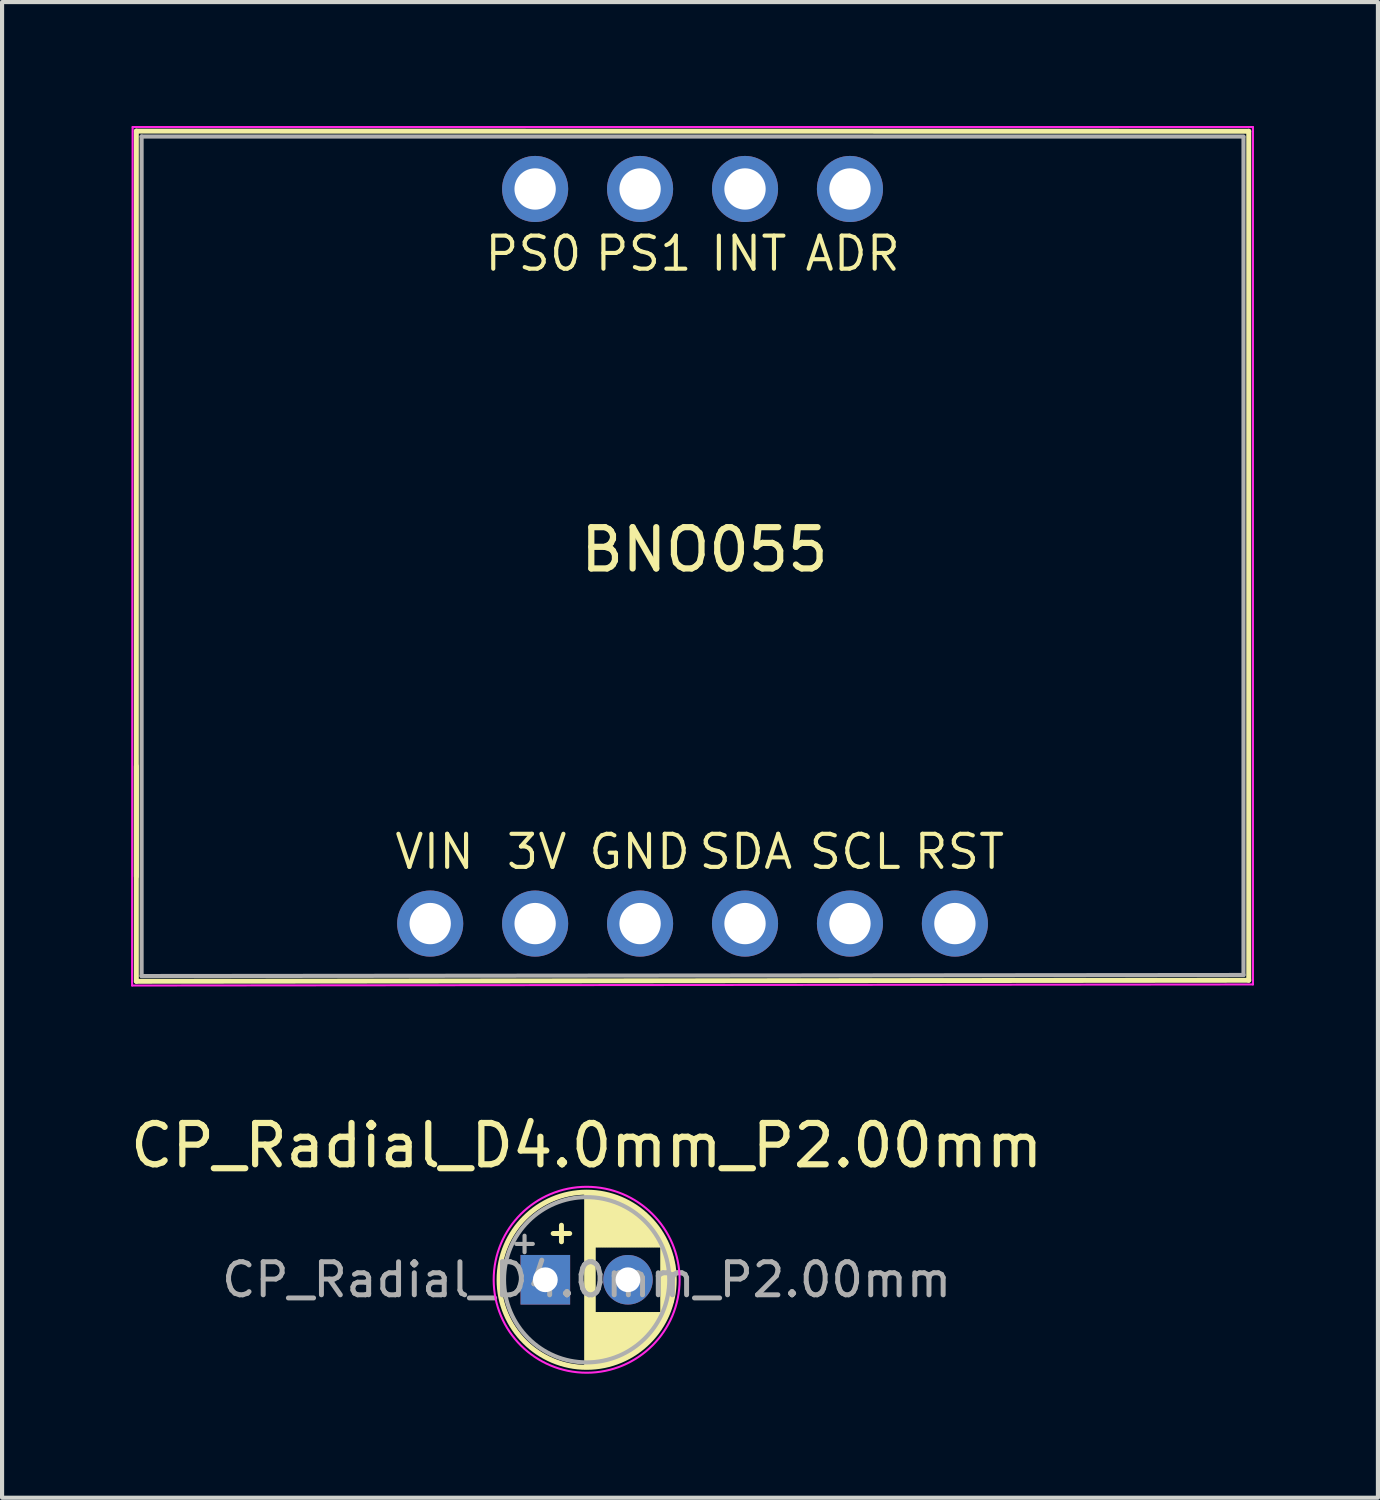
<source format=kicad_pcb>
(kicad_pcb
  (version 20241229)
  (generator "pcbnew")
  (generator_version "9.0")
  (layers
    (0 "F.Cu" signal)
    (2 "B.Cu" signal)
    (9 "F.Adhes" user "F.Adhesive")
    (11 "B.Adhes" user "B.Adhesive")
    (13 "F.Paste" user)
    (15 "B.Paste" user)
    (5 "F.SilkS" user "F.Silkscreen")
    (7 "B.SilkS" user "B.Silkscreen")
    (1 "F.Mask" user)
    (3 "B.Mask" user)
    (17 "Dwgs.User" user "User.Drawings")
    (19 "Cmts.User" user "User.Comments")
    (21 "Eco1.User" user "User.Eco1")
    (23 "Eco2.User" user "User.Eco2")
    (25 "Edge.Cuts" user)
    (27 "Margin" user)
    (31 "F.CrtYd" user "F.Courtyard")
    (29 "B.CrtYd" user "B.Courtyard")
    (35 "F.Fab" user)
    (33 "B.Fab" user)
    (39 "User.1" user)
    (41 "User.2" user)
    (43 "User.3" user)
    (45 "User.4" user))
  (footprint "BNO055"
    (layer "F.Cu")
    (at 0.25 0.254)
    (property "Reference" "BNO055" (at 13.75 10 180) (layer "F.SilkS") (effects (font (size 1 1) (thickness 0.15))))
    (attr through_hole)
    (fp_line (start 0 -0.13) (end 0 17.91) (stroke (width 0.12) (type solid)) (layer "F.SilkS"))
    (fp_line (start 0 15.24) (end 0 20.447) (stroke (width 0.12) (type solid)) (layer "F.SilkS"))
    (fp_line (start 0 20.447) (end 26.924 20.422) (stroke (width 0.12) (type solid)) (layer "F.SilkS"))
    (fp_line (start 26.924 -0.127) (end 0 -0.13) (stroke (width 0.12) (type solid)) (layer "F.SilkS"))
    (fp_line (start 26.924 20.422) (end 26.924 -0.127) (stroke (width 0.12) (type solid)) (layer "F.SilkS"))
    (fp_line (start -0.102 20.549) (end -0.09 -0.229) (stroke (width 0.05) (type solid)) (layer "F.CrtYd"))
    (fp_line (start -0.102 20.549) (end 27.026 20.523) (stroke (width 0.05) (type solid)) (layer "F.CrtYd"))
    (fp_line (start 27.026 -0.229) (end -0.09 -0.229) (stroke (width 0.05) (type solid)) (layer "F.CrtYd"))
    (fp_line (start 27.026 -0.229) (end 27.026 20.523) (stroke (width 0.05) (type solid)) (layer "F.CrtYd"))
    (fp_line (start 0.127 0) (end 26.797 0) (stroke (width 0.1) (type solid)) (layer "F.Fab"))
    (fp_line (start 0.127 20.32) (end 0.127 0) (stroke (width 0.1) (type solid)) (layer "F.Fab"))
    (fp_line (start 26.797 0.019) (end 26.797 20.295) (stroke (width 0.1) (type solid)) (layer "F.Fab"))
    (fp_line (start 26.797 20.295) (end 0.127 20.32) (stroke (width 0.1) (type solid)) (layer "F.Fab"))
    (fp_text user "PS1" (at 11.049 3.302 0) (unlocked yes) (layer "F.SilkS") (effects (font (size 0.8 0.8) (thickness 0.1)) (justify left bottom)))
    (fp_text user "ADR" (at 16.129 3.302 0) (unlocked yes) (layer "F.SilkS") (effects (font (size 0.8 0.8) (thickness 0.1)) (justify left bottom)))
    (fp_text user "SDA" (at 13.564 17.78 0) (unlocked yes) (layer "F.SilkS") (effects (font (size 0.8 0.8) (thickness 0.1)) (justify left bottom)))
    (fp_text user "SCL" (at 16.229 17.78 0) (unlocked yes) (layer "F.SilkS") (effects (font (size 0.8 0.8) (thickness 0.1)) (justify left bottom)))
    (fp_text user "INT" (at 13.843 3.302 0) (unlocked yes) (layer "F.SilkS") (effects (font (size 0.8 0.8) (thickness 0.1)) (justify left bottom)))
    (fp_text user "VIN" (at 6.2 17.78 0) (unlocked yes) (layer "F.SilkS") (effects (font (size 0.8 0.8) (thickness 0.1)) (justify left bottom)))
    (fp_text user "GND" (at 10.895 17.78 0) (unlocked yes) (layer "F.SilkS") (effects (font (size 0.8 0.8) (thickness 0.1)) (justify left bottom)))
    (fp_text user "3V" (at 8.9 17.78 0) (unlocked yes) (layer "F.SilkS") (effects (font (size 0.8 0.8) (thickness 0.1)) (justify left bottom)))
    (fp_text user "PS0" (at 8.382 3.302 0) (unlocked yes) (layer "F.SilkS") (effects (font (size 0.8 0.8) (thickness 0.1)) (justify left bottom)))
    (fp_text user "RST" (at 18.769 17.78 0) (unlocked yes) (layer "F.SilkS") (effects (font (size 0.8 0.8) (thickness 0.1)) (justify left bottom)))
    (pad "2" thru_hole oval (at 12.192 19.05 90) (size 1.6 1.6) (drill 1) (layers "*.Cu" "*.Mask"))
    (pad "3" thru_hole oval (at 7.112 19.05 90) (size 1.6 1.6) (drill 1) (layers "*.Cu" "*.Mask"))
    (pad "4" thru_hole oval (at 9.652 19.05 90) (size 1.6 1.6) (drill 1) (layers "*.Cu" "*.Mask"))
    (pad "5" thru_hole oval (at 12.192 1.27 90) (size 1.6 1.6) (drill 1) (layers "*.Cu" "*.Mask"))
    (pad "6" thru_hole oval (at 9.652 1.27 90) (size 1.6 1.6) (drill 1) (layers "*.Cu" "*.Mask"))
    (pad "11" thru_hole oval (at 19.812 19.05 90) (size 1.6 1.6) (drill 1) (layers "*.Cu" "*.Mask"))
    (pad "14" thru_hole oval (at 14.732 1.27 90) (size 1.6 1.6) (drill 1) (layers "*.Cu" "*.Mask"))
    (pad "17" thru_hole oval (at 17.272 1.27 90) (size 1.6 1.6) (drill 1) (layers "*.Cu" "*.Mask"))
    (pad "19" thru_hole oval (at 17.272 19.05 90) (size 1.6 1.6) (drill 1) (layers "*.Cu" "*.Mask"))
    (pad "20" thru_hole oval (at 14.732 19.05 90) (size 1.6 1.6) (drill 1) (layers "*.Cu" "*.Mask")))
  (footprint "CP_Radial_D4.0mm_P2.00mm"
    (layer "F.Cu")
    (at 10.149 27.925)
    (property "Reference" "CP_Radial_D4.0mm_P2.00mm" (at 1 -3.25 0) (layer "F.SilkS") (effects (font (size 1 1) (thickness 0.15))))
    (attr through_hole)
    (fp_line (start 0.19 -1.12) (end 0.59 -1.12) (stroke (width 0.12) (type solid)) (layer "F.SilkS"))
    (fp_line (start 0.39 -1.32) (end 0.39 -0.92) (stroke (width 0.12) (type solid)) (layer "F.SilkS"))
    (fp_line (start 1 -2.08) (end 1 2.08) (stroke (width 0.12) (type solid)) (layer "F.SilkS"))
    (fp_line (start 1.04 -2.08) (end 1.04 2.08) (stroke (width 0.12) (type solid)) (layer "F.SilkS"))
    (fp_line (start 1.08 -2.079) (end 1.08 2.079) (stroke (width 0.12) (type solid)) (layer "F.SilkS"))
    (fp_line (start 1.12 -2.077) (end 1.12 2.077) (stroke (width 0.12) (type solid)) (layer "F.SilkS"))
    (fp_line (start 1.16 -2.074) (end 1.16 2.074) (stroke (width 0.12) (type solid)) (layer "F.SilkS"))
    (fp_line (start 1.2 -2.071) (end 1.2 -0.84) (stroke (width 0.12) (type solid)) (layer "F.SilkS"))
    (fp_line (start 1.2 0.84) (end 1.2 2.071) (stroke (width 0.12) (type solid)) (layer "F.SilkS"))
    (fp_line (start 1.24 -2.067) (end 1.24 -0.84) (stroke (width 0.12) (type solid)) (layer "F.SilkS"))
    (fp_line (start 1.24 0.84) (end 1.24 2.067) (stroke (width 0.12) (type solid)) (layer "F.SilkS"))
    (fp_line (start 1.28 -2.062) (end 1.28 -0.84) (stroke (width 0.12) (type solid)) (layer "F.SilkS"))
    (fp_line (start 1.28 0.84) (end 1.28 2.062) (stroke (width 0.12) (type solid)) (layer "F.SilkS"))
    (fp_line (start 1.32 -2.056) (end 1.32 -0.84) (stroke (width 0.12) (type solid)) (layer "F.SilkS"))
    (fp_line (start 1.32 0.84) (end 1.32 2.056) (stroke (width 0.12) (type solid)) (layer "F.SilkS"))
    (fp_line (start 1.36 -2.05) (end 1.36 -0.84) (stroke (width 0.12) (type solid)) (layer "F.SilkS"))
    (fp_line (start 1.36 0.84) (end 1.36 2.05) (stroke (width 0.12) (type solid)) (layer "F.SilkS"))
    (fp_line (start 1.4 -2.042) (end 1.4 -0.84) (stroke (width 0.12) (type solid)) (layer "F.SilkS"))
    (fp_line (start 1.4 0.84) (end 1.4 2.042) (stroke (width 0.12) (type solid)) (layer "F.SilkS"))
    (fp_line (start 1.44 -2.034) (end 1.44 -0.84) (stroke (width 0.12) (type solid)) (layer "F.SilkS"))
    (fp_line (start 1.44 0.84) (end 1.44 2.034) (stroke (width 0.12) (type solid)) (layer "F.SilkS"))
    (fp_line (start 1.48 -2.025) (end 1.48 -0.84) (stroke (width 0.12) (type solid)) (layer "F.SilkS"))
    (fp_line (start 1.48 0.84) (end 1.48 2.025) (stroke (width 0.12) (type solid)) (layer "F.SilkS"))
    (fp_line (start 1.52 -2.016) (end 1.52 -0.84) (stroke (width 0.12) (type solid)) (layer "F.SilkS"))
    (fp_line (start 1.52 0.84) (end 1.52 2.016) (stroke (width 0.12) (type solid)) (layer "F.SilkS"))
    (fp_line (start 1.56 -2.005) (end 1.56 -0.84) (stroke (width 0.12) (type solid)) (layer "F.SilkS"))
    (fp_line (start 1.56 0.84) (end 1.56 2.005) (stroke (width 0.12) (type solid)) (layer "F.SilkS"))
    (fp_line (start 1.6 -1.994) (end 1.6 -0.84) (stroke (width 0.12) (type solid)) (layer "F.SilkS"))
    (fp_line (start 1.6 0.84) (end 1.6 1.994) (stroke (width 0.12) (type solid)) (layer "F.SilkS"))
    (fp_line (start 1.64 -1.982) (end 1.64 -0.84) (stroke (width 0.12) (type solid)) (layer "F.SilkS"))
    (fp_line (start 1.64 0.84) (end 1.64 1.982) (stroke (width 0.12) (type solid)) (layer "F.SilkS"))
    (fp_line (start 1.68 -1.968) (end 1.68 -0.84) (stroke (width 0.12) (type solid)) (layer "F.SilkS"))
    (fp_line (start 1.68 0.84) (end 1.68 1.968) (stroke (width 0.12) (type solid)) (layer "F.SilkS"))
    (fp_line (start 1.721 -1.954) (end 1.721 -0.84) (stroke (width 0.12) (type solid)) (layer "F.SilkS"))
    (fp_line (start 1.721 0.84) (end 1.721 1.954) (stroke (width 0.12) (type solid)) (layer "F.SilkS"))
    (fp_line (start 1.761 -1.94) (end 1.761 -0.84) (stroke (width 0.12) (type solid)) (layer "F.SilkS"))
    (fp_line (start 1.761 0.84) (end 1.761 1.94) (stroke (width 0.12) (type solid)) (layer "F.SilkS"))
    (fp_line (start 1.801 -1.924) (end 1.801 -0.84) (stroke (width 0.12) (type solid)) (layer "F.SilkS"))
    (fp_line (start 1.801 0.84) (end 1.801 1.924) (stroke (width 0.12) (type solid)) (layer "F.SilkS"))
    (fp_line (start 1.841 -1.907) (end 1.841 -0.84) (stroke (width 0.12) (type solid)) (layer "F.SilkS"))
    (fp_line (start 1.841 0.84) (end 1.841 1.907) (stroke (width 0.12) (type solid)) (layer "F.SilkS"))
    (fp_line (start 1.881 -1.889) (end 1.881 -0.84) (stroke (width 0.12) (type solid)) (layer "F.SilkS"))
    (fp_line (start 1.881 0.84) (end 1.881 1.889) (stroke (width 0.12) (type solid)) (layer "F.SilkS"))
    (fp_line (start 1.921 -1.87) (end 1.921 -0.84) (stroke (width 0.12) (type solid)) (layer "F.SilkS"))
    (fp_line (start 1.921 0.84) (end 1.921 1.87) (stroke (width 0.12) (type solid)) (layer "F.SilkS"))
    (fp_line (start 1.961 -1.851) (end 1.961 -0.84) (stroke (width 0.12) (type solid)) (layer "F.SilkS"))
    (fp_line (start 1.961 0.84) (end 1.961 1.851) (stroke (width 0.12) (type solid)) (layer "F.SilkS"))
    (fp_line (start 2.001 -1.83) (end 2.001 -0.84) (stroke (width 0.12) (type solid)) (layer "F.SilkS"))
    (fp_line (start 2.001 0.84) (end 2.001 1.83) (stroke (width 0.12) (type solid)) (layer "F.SilkS"))
    (fp_line (start 2.041 -1.808) (end 2.041 -0.84) (stroke (width 0.12) (type solid)) (layer "F.SilkS"))
    (fp_line (start 2.041 0.84) (end 2.041 1.808) (stroke (width 0.12) (type solid)) (layer "F.SilkS"))
    (fp_line (start 2.081 -1.785) (end 2.081 -0.84) (stroke (width 0.12) (type solid)) (layer "F.SilkS"))
    (fp_line (start 2.081 0.84) (end 2.081 1.785) (stroke (width 0.12) (type solid)) (layer "F.SilkS"))
    (fp_line (start 2.121 -1.76) (end 2.121 -0.84) (stroke (width 0.12) (type solid)) (layer "F.SilkS"))
    (fp_line (start 2.121 0.84) (end 2.121 1.76) (stroke (width 0.12) (type solid)) (layer "F.SilkS"))
    (fp_line (start 2.161 -1.735) (end 2.161 -0.84) (stroke (width 0.12) (type solid)) (layer "F.SilkS"))
    (fp_line (start 2.161 0.84) (end 2.161 1.735) (stroke (width 0.12) (type solid)) (layer "F.SilkS"))
    (fp_line (start 2.201 -1.708) (end 2.201 -0.84) (stroke (width 0.12) (type solid)) (layer "F.SilkS"))
    (fp_line (start 2.201 0.84) (end 2.201 1.708) (stroke (width 0.12) (type solid)) (layer "F.SilkS"))
    (fp_line (start 2.241 -1.68) (end 2.241 -0.84) (stroke (width 0.12) (type solid)) (layer "F.SilkS"))
    (fp_line (start 2.241 0.84) (end 2.241 1.68) (stroke (width 0.12) (type solid)) (layer "F.SilkS"))
    (fp_line (start 2.281 -1.65) (end 2.281 -0.84) (stroke (width 0.12) (type solid)) (layer "F.SilkS"))
    (fp_line (start 2.281 0.84) (end 2.281 1.65) (stroke (width 0.12) (type solid)) (layer "F.SilkS"))
    (fp_line (start 2.321 -1.619) (end 2.321 -0.84) (stroke (width 0.12) (type solid)) (layer "F.SilkS"))
    (fp_line (start 2.321 0.84) (end 2.321 1.619) (stroke (width 0.12) (type solid)) (layer "F.SilkS"))
    (fp_line (start 2.361 -1.587) (end 2.361 -0.84) (stroke (width 0.12) (type solid)) (layer "F.SilkS"))
    (fp_line (start 2.361 0.84) (end 2.361 1.587) (stroke (width 0.12) (type solid)) (layer "F.SilkS"))
    (fp_line (start 2.401 -1.552) (end 2.401 -0.84) (stroke (width 0.12) (type solid)) (layer "F.SilkS"))
    (fp_line (start 2.401 0.84) (end 2.401 1.552) (stroke (width 0.12) (type solid)) (layer "F.SilkS"))
    (fp_line (start 2.441 -1.516) (end 2.441 -0.84) (stroke (width 0.12) (type solid)) (layer "F.SilkS"))
    (fp_line (start 2.441 0.84) (end 2.441 1.516) (stroke (width 0.12) (type solid)) (layer "F.SilkS"))
    (fp_line (start 2.481 -1.478) (end 2.481 -0.84) (stroke (width 0.12) (type solid)) (layer "F.SilkS"))
    (fp_line (start 2.481 0.84) (end 2.481 1.478) (stroke (width 0.12) (type solid)) (layer "F.SilkS"))
    (fp_line (start 2.521 -1.438) (end 2.521 -0.84) (stroke (width 0.12) (type solid)) (layer "F.SilkS"))
    (fp_line (start 2.521 0.84) (end 2.521 1.438) (stroke (width 0.12) (type solid)) (layer "F.SilkS"))
    (fp_line (start 2.561 -1.396) (end 2.561 -0.84) (stroke (width 0.12) (type solid)) (layer "F.SilkS"))
    (fp_line (start 2.561 0.84) (end 2.561 1.396) (stroke (width 0.12) (type solid)) (layer "F.SilkS"))
    (fp_line (start 2.601 -1.351) (end 2.601 -0.84) (stroke (width 0.12) (type solid)) (layer "F.SilkS"))
    (fp_line (start 2.601 0.84) (end 2.601 1.351) (stroke (width 0.12) (type solid)) (layer "F.SilkS"))
    (fp_line (start 2.641 -1.304) (end 2.641 -0.84) (stroke (width 0.12) (type solid)) (layer "F.SilkS"))
    (fp_line (start 2.641 0.84) (end 2.641 1.304) (stroke (width 0.12) (type solid)) (layer "F.SilkS"))
    (fp_line (start 2.681 -1.254) (end 2.681 -0.84) (stroke (width 0.12) (type solid)) (layer "F.SilkS"))
    (fp_line (start 2.681 0.84) (end 2.681 1.254) (stroke (width 0.12) (type solid)) (layer "F.SilkS"))
    (fp_line (start 2.721 -1.2) (end 2.721 -0.84) (stroke (width 0.12) (type solid)) (layer "F.SilkS"))
    (fp_line (start 2.721 0.84) (end 2.721 1.2) (stroke (width 0.12) (type solid)) (layer "F.SilkS"))
    (fp_line (start 2.761 -1.142) (end 2.761 -0.84) (stroke (width 0.12) (type solid)) (layer "F.SilkS"))
    (fp_line (start 2.761 0.84) (end 2.761 1.142) (stroke (width 0.12) (type solid)) (layer "F.SilkS"))
    (fp_line (start 2.801 -1.08) (end 2.801 -0.84) (stroke (width 0.12) (type solid)) (layer "F.SilkS"))
    (fp_line (start 2.801 0.84) (end 2.801 1.08) (stroke (width 0.12) (type solid)) (layer "F.SilkS"))
    (fp_line (start 2.841 -1.013) (end 2.841 1.013) (stroke (width 0.12) (type solid)) (layer "F.SilkS"))
    (fp_line (start 2.881 -0.94) (end 2.881 0.94) (stroke (width 0.12) (type solid)) (layer "F.SilkS"))
    (fp_line (start 2.921 -0.859) (end 2.921 0.859) (stroke (width 0.12) (type solid)) (layer "F.SilkS"))
    (fp_line (start 2.961 -0.768) (end 2.961 0.768) (stroke (width 0.12) (type solid)) (layer "F.SilkS"))
    (fp_line (start 3.001 -0.664) (end 3.001 0.664) (stroke (width 0.12) (type solid)) (layer "F.SilkS"))
    (fp_line (start 3.041 -0.537) (end 3.041 0.537) (stroke (width 0.12) (type solid)) (layer "F.SilkS"))
    (fp_line (start 3.081 -0.37) (end 3.081 0.37) (stroke (width 0.12) (type solid)) (layer "F.SilkS"))
    (fp_circle (center 1 0) (end 3.12 0) (stroke (width 0.12) (type solid)) (fill no) (layer "F.SilkS"))
    (fp_circle (center 1 0) (end 3.25 0) (stroke (width 0.05) (type solid)) (fill no) (layer "F.CrtYd"))
    (fp_line (start -0.703 -0.868) (end -0.303 -0.868) (stroke (width 0.1) (type solid)) (layer "F.Fab"))
    (fp_line (start -0.503 -1.067) (end -0.503 -0.667) (stroke (width 0.1) (type solid)) (layer "F.Fab"))
    (fp_circle (center 1 0) (end 3 0) (stroke (width 0.1) (type solid)) (fill no) (layer "F.Fab"))
    (fp_text user "${REFERENCE}" (at 1 0 0) (layer "F.Fab") (effects (font (size 0.8 0.8) (thickness 0.12))))
    (pad "1" thru_hole rect (at 0 0) (size 1.2 1.2) (drill 0.6) (layers "*.Cu" "*.Mask"))
    (pad "2" thru_hole circle (at 2 0) (size 1.2 1.2) (drill 0.6) (layers "*.Cu" "*.Mask")))
  (gr_rect
    (start -3 -3)
    (end 30.301 33.2)
    (stroke (width 0.1) (type default))
    (fill no)
    (layer "Edge.Cuts")))
</source>
